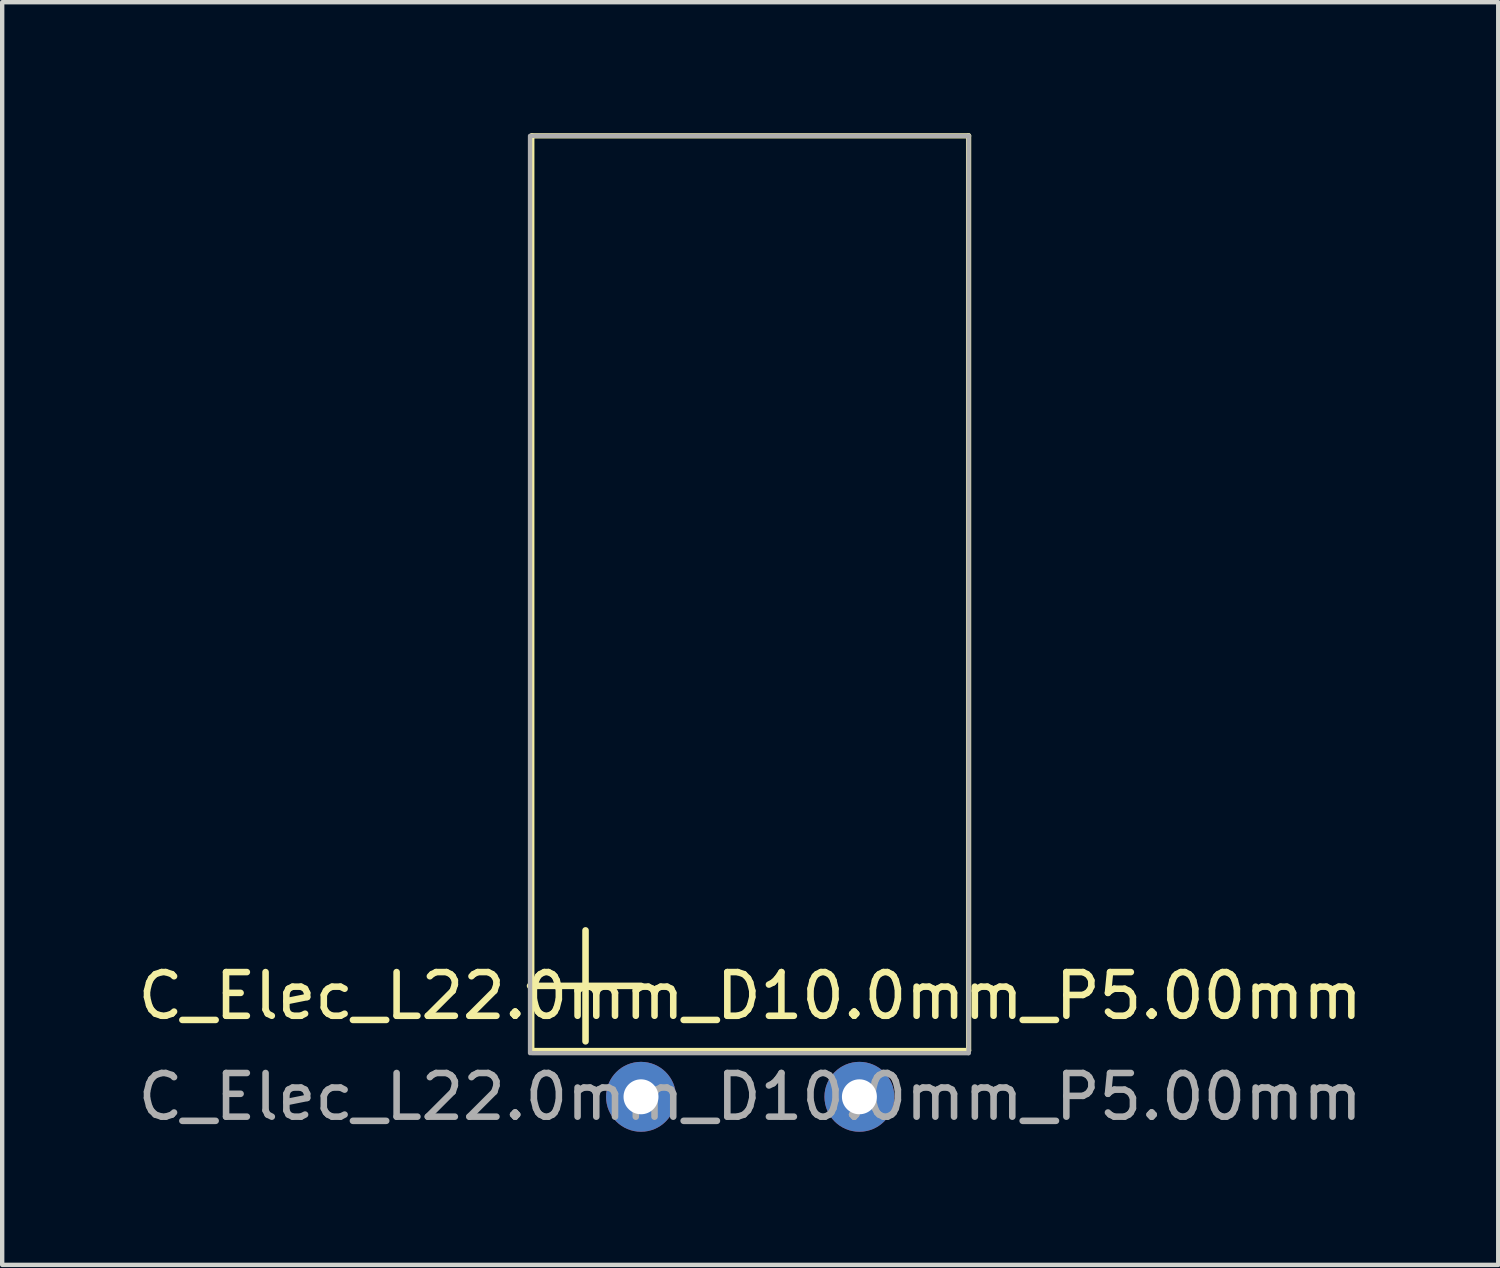
<source format=kicad_pcb>
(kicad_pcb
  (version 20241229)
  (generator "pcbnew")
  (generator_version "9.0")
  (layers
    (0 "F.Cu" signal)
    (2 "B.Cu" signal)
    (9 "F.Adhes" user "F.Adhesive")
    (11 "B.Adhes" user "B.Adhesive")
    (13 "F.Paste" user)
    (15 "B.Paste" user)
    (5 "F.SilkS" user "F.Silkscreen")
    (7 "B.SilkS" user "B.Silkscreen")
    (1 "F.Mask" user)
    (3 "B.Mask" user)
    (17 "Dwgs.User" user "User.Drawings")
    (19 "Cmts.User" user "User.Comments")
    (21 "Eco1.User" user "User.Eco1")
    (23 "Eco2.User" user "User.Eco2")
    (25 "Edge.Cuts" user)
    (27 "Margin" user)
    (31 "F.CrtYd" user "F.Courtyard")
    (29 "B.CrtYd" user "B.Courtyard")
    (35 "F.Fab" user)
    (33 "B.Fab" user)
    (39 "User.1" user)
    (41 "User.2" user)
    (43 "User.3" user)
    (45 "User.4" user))
  (footprint "C_Elec_L22.0mm_D10.0mm_P5.00mm"
    (layer "F.Cu")
    (at 11.625 22.06)
    (property "Reference" "C_Elec_L22.0mm_D10.0mm_P5.00mm" (at 2.5 -2.31 0) (layer "F.SilkS") (effects (font (size 1 1) (thickness 0.15))))
    (attr through_hole)
    (fp_line (start -2.54 -2.54) (end 0 -2.54) (stroke (width 0.15) (type solid)) (layer "F.SilkS"))
    (fp_line (start -2.5 -22) (end -2.5 -1.06) (stroke (width 0.12) (type solid)) (layer "F.SilkS"))
    (fp_line (start -2.5 -22) (end 7.5 -22) (stroke (width 0.12) (type solid)) (layer "F.SilkS"))
    (fp_line (start -2.5 -1.06) (end 7.5 -1.06) (stroke (width 0.12) (type solid)) (layer "F.SilkS"))
    (fp_line (start -1.27 -3.81) (end -1.27 -2.54) (stroke (width 0.15) (type solid)) (layer "F.SilkS"))
    (fp_line (start -1.27 -2.54) (end -1.27 -1.27) (stroke (width 0.15) (type solid)) (layer "F.SilkS"))
    (fp_line (start 7.5 -1.06) (end 7.5 -22) (stroke (width 0.12) (type solid)) (layer "F.SilkS"))
    (fp_line (start -2.54 -1) (end -2.54 -22) (stroke (width 0.1) (type solid)) (layer "F.Fab"))
    (fp_line (start -2.5 -22) (end 7.5 -22) (stroke (width 0.1) (type solid)) (layer "F.Fab"))
    (fp_line (start -2.5 -1) (end 7.5 -1) (stroke (width 0.1) (type solid)) (layer "F.Fab"))
    (fp_line (start 7.5 -1) (end 7.5 -22) (stroke (width 0.1) (type solid)) (layer "F.Fab"))
    (fp_text user "${REFERENCE}" (at 2.5 0 0) (layer "F.Fab") (effects (font (size 1 1) (thickness 0.15))))
    (pad "1" thru_hole circle (at 0 0) (size 1.6 1.6) (drill 0.8) (layers "*.Cu" "*.Mask"))
    (pad "2" thru_hole circle (at 5 0) (size 1.6 1.6) (drill 0.8) (layers "*.Cu" "*.Mask")))
  (gr_rect
    (start -3 -3)
    (end 31.25 25.908)
    (stroke (width 0.1) (type default))
    (fill no)
    (layer "Edge.Cuts")))
</source>
